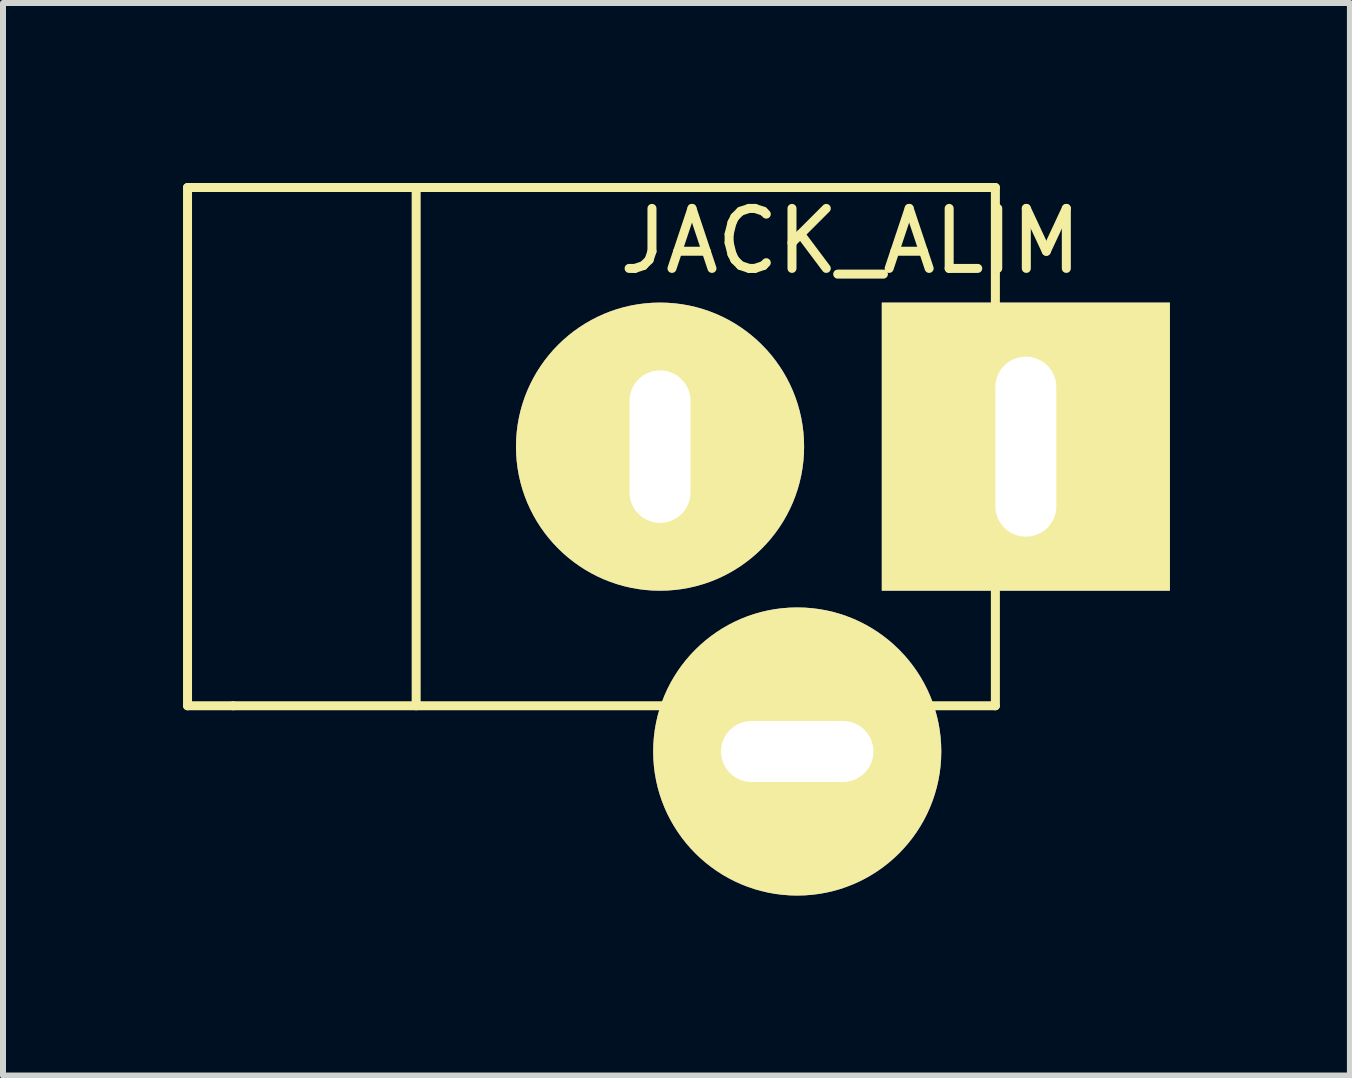
<source format=kicad_pcb>
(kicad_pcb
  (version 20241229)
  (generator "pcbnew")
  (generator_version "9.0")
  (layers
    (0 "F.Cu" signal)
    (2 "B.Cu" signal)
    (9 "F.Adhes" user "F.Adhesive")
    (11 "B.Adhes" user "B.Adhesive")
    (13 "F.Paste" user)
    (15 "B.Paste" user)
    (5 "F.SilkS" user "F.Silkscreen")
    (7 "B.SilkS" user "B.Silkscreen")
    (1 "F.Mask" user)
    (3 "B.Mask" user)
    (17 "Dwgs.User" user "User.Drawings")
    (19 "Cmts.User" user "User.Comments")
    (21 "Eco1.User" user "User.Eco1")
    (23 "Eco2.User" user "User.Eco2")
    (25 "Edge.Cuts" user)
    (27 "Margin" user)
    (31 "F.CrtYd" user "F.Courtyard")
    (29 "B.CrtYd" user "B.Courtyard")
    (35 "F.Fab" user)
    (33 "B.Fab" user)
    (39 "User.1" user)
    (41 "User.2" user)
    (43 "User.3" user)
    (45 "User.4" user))
  (footprint "JACK_ALIM"
    (layer "F.Cu")
    (at 7.949 4.393)
    (property "Reference" "JACK_ALIM" (at 3.175 -3.425 0) (layer "F.SilkS") (effects (font (size 1 1) (thickness 0.15))))
    (attr through_hole)
    (fp_line (start -7.874 -4.318) (end -7.874 4.318) (stroke (width 0.15) (type solid)) (layer "F.SilkS"))
    (fp_line (start -7.874 4.318) (end -7.112 4.318) (stroke (width 0.15) (type solid)) (layer "F.SilkS"))
    (fp_line (start -7.112 -4.318) (end -7.874 -4.318) (stroke (width 0.15) (type solid)) (layer "F.SilkS"))
    (fp_line (start -7.112 -4.318) (end 5.588 -4.318) (stroke (width 0.15) (type solid)) (layer "F.SilkS"))
    (fp_line (start -7.112 4.318) (end 5.588 4.318) (stroke (width 0.15) (type solid)) (layer "F.SilkS"))
    (fp_line (start -4.064 -4.318) (end -4.064 4.318) (stroke (width 0.15) (type solid)) (layer "F.SilkS"))
    (fp_line (start 5.588 -4.318) (end 5.588 4.318) (stroke (width 0.15) (type solid)) (layer "F.SilkS"))
    (pad "1" thru_hole rect (at 6.096 0) (size 4.801 4.801) (drill oval 1.016 3) (layers "*.Cu" "*.Mask" "F.SilkS"))
    (pad "2" thru_hole circle (at 0 0) (size 4.801 4.801) (drill oval 1.016 2.54) (layers "*.Cu" "*.Mask" "F.SilkS"))
    (pad "3" thru_hole circle (at 2.286 5.08) (size 4.801 4.801) (drill oval 2.54 1.016) (layers "*.Cu" "*.Mask" "F.SilkS")))
  (gr_rect
    (start -3 -3)
    (end 19.445 14.873)
    (stroke (width 0.1) (type default))
    (fill no)
    (layer "Edge.Cuts")))
</source>
